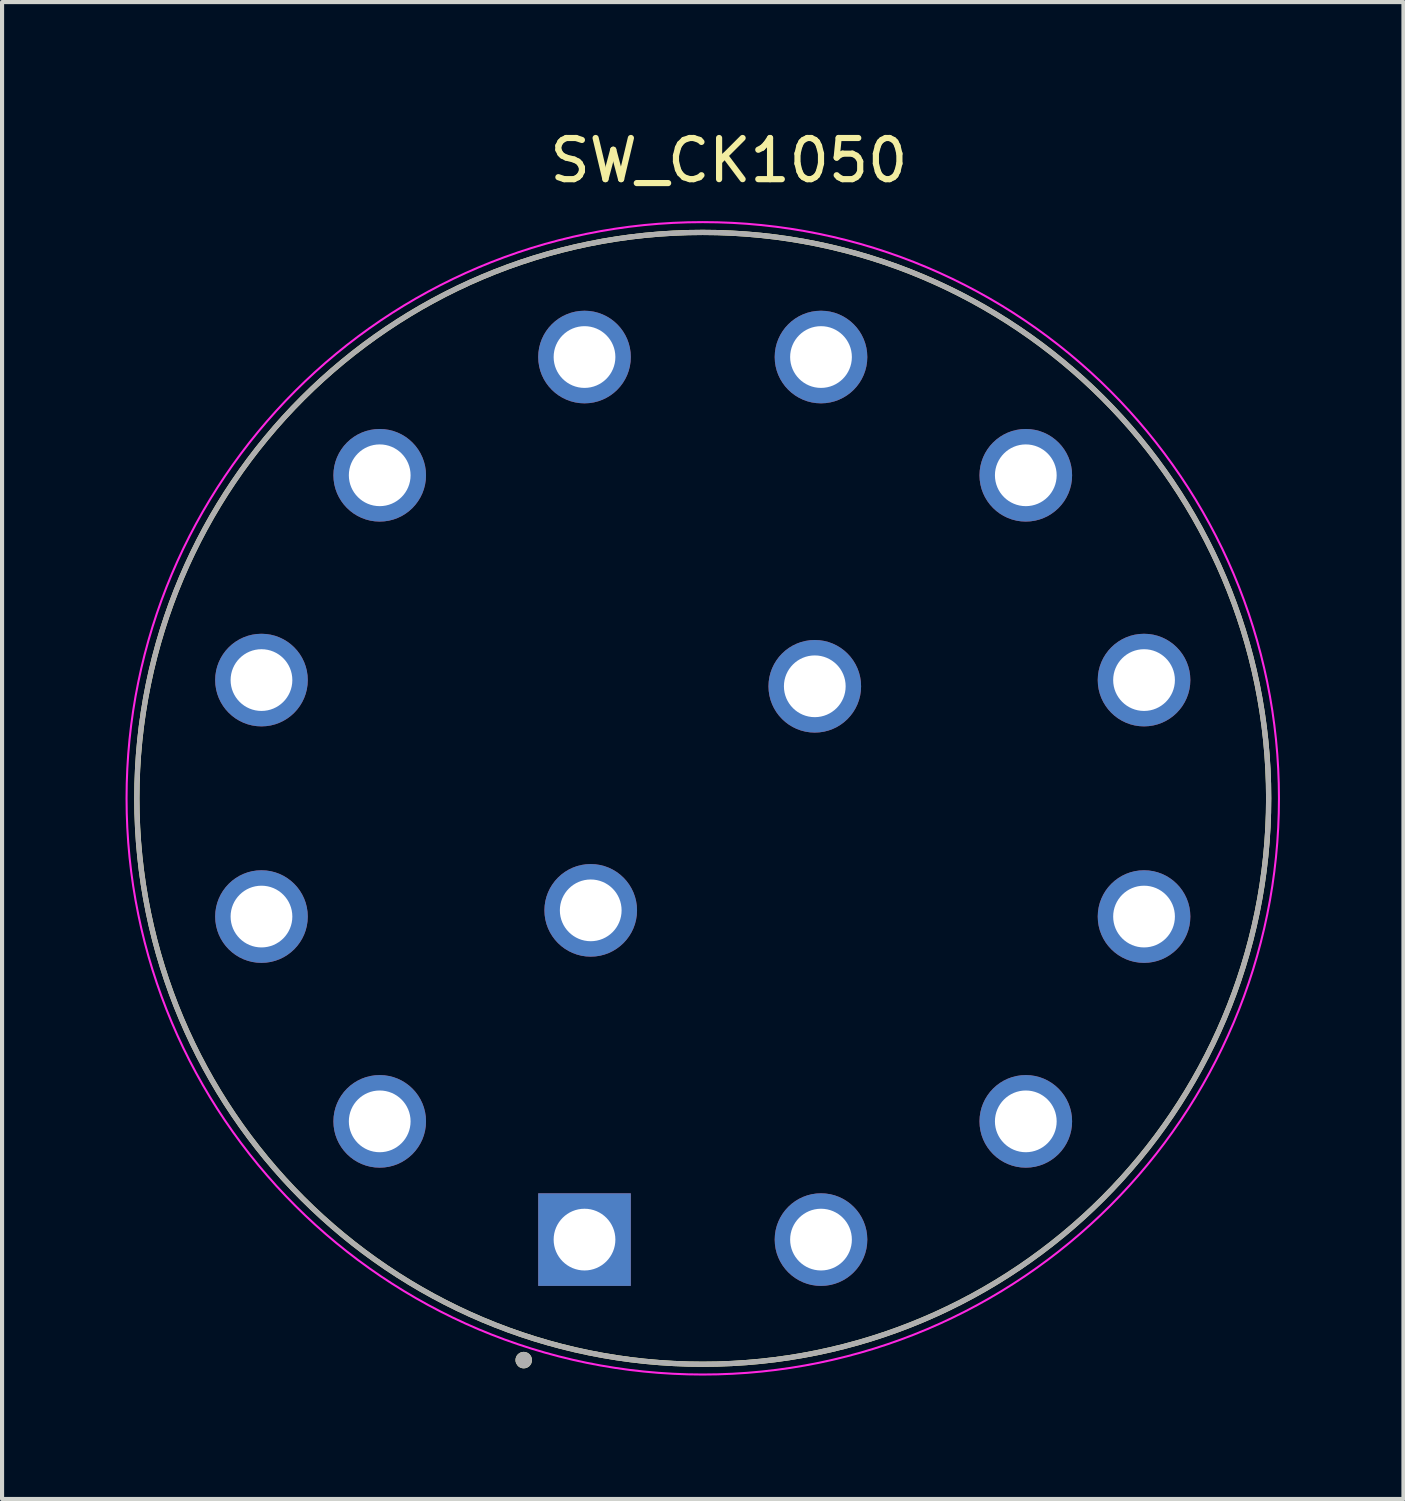
<source format=kicad_pcb>
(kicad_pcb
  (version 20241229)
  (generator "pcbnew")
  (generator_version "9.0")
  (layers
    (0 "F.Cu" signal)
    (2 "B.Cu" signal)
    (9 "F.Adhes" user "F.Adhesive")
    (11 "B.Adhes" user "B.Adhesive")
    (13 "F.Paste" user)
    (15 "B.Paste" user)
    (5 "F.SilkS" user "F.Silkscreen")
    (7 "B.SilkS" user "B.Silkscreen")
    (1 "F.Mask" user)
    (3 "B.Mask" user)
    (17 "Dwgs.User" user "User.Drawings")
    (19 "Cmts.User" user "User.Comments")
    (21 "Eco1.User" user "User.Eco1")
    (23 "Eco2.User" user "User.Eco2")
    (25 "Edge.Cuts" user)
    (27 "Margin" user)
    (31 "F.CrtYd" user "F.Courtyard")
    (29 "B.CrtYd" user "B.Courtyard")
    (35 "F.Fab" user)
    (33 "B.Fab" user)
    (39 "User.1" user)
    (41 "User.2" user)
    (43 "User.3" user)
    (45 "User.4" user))
  (footprint "SW_CK1050"
    (layer "F.Cu")
    (at 14.025 16.347)
    (property "Reference" "SW_CK1050" (at 0.635 -15.499 0) (layer "F.SilkS") (effects (font (size 1 1) (thickness 0.15))))
    (attr through_hole)
    (fp_circle (center -4.35 13.65) (end -4.25 13.65) (stroke (width 0.2) (type solid)) (fill no) (layer "F.SilkS"))
    (fp_circle (center 0 0) (end 13.75 0) (stroke (width 0.127) (type solid)) (fill no) (layer "F.SilkS"))
    (fp_circle (center 0 0) (end 14 0) (stroke (width 0.05) (type solid)) (fill no) (layer "F.CrtYd"))
    (fp_circle (center -4.35 13.65) (end -4.25 13.65) (stroke (width 0.2) (type solid)) (fill no) (layer "F.Fab"))
    (fp_circle (center 0 0) (end 13.75 0) (stroke (width 0.127) (type solid)) (fill no) (layer "F.Fab"))
    (pad "1" thru_hole rect (at -2.873 10.722) (size 2.25 2.25) (drill 1.5) (layers "*.Cu" "*.Mask"))
    (pad "2" thru_hole circle (at -7.849 7.849) (size 2.25 2.25) (drill 1.5) (layers "*.Cu" "*.Mask"))
    (pad "3" thru_hole circle (at -10.722 2.873) (size 2.25 2.25) (drill 1.5) (layers "*.Cu" "*.Mask"))
    (pad "4" thru_hole circle (at -10.722 -2.873) (size 2.25 2.25) (drill 1.5) (layers "*.Cu" "*.Mask"))
    (pad "5" thru_hole circle (at -7.849 -7.849) (size 2.25 2.25) (drill 1.5) (layers "*.Cu" "*.Mask"))
    (pad "6" thru_hole circle (at -2.873 -10.722) (size 2.25 2.25) (drill 1.5) (layers "*.Cu" "*.Mask"))
    (pad "7" thru_hole circle (at 2.873 -10.722) (size 2.25 2.25) (drill 1.5) (layers "*.Cu" "*.Mask"))
    (pad "8" thru_hole circle (at 7.849 -7.849) (size 2.25 2.25) (drill 1.5) (layers "*.Cu" "*.Mask"))
    (pad "9" thru_hole circle (at 10.722 -2.873) (size 2.25 2.25) (drill 1.5) (layers "*.Cu" "*.Mask"))
    (pad "10" thru_hole circle (at 10.722 2.873) (size 2.25 2.25) (drill 1.5) (layers "*.Cu" "*.Mask"))
    (pad "11" thru_hole circle (at 7.849 7.849) (size 2.25 2.25) (drill 1.5) (layers "*.Cu" "*.Mask"))
    (pad "12" thru_hole circle (at 2.873 10.722) (size 2.25 2.25) (drill 1.5) (layers "*.Cu" "*.Mask"))
    (pad "A" thru_hole circle (at -2.722 2.722) (size 2.25 2.25) (drill 1.5) (layers "*.Cu" "*.Mask"))
    (pad "C" thru_hole circle (at 2.722 -2.722) (size 2.25 2.25) (drill 1.5) (layers "*.Cu" "*.Mask")))
  (gr_rect
    (start -3 -3)
    (end 31.05 33.372)
    (stroke (width 0.1) (type default))
    (fill no)
    (layer "Edge.Cuts")))
</source>
